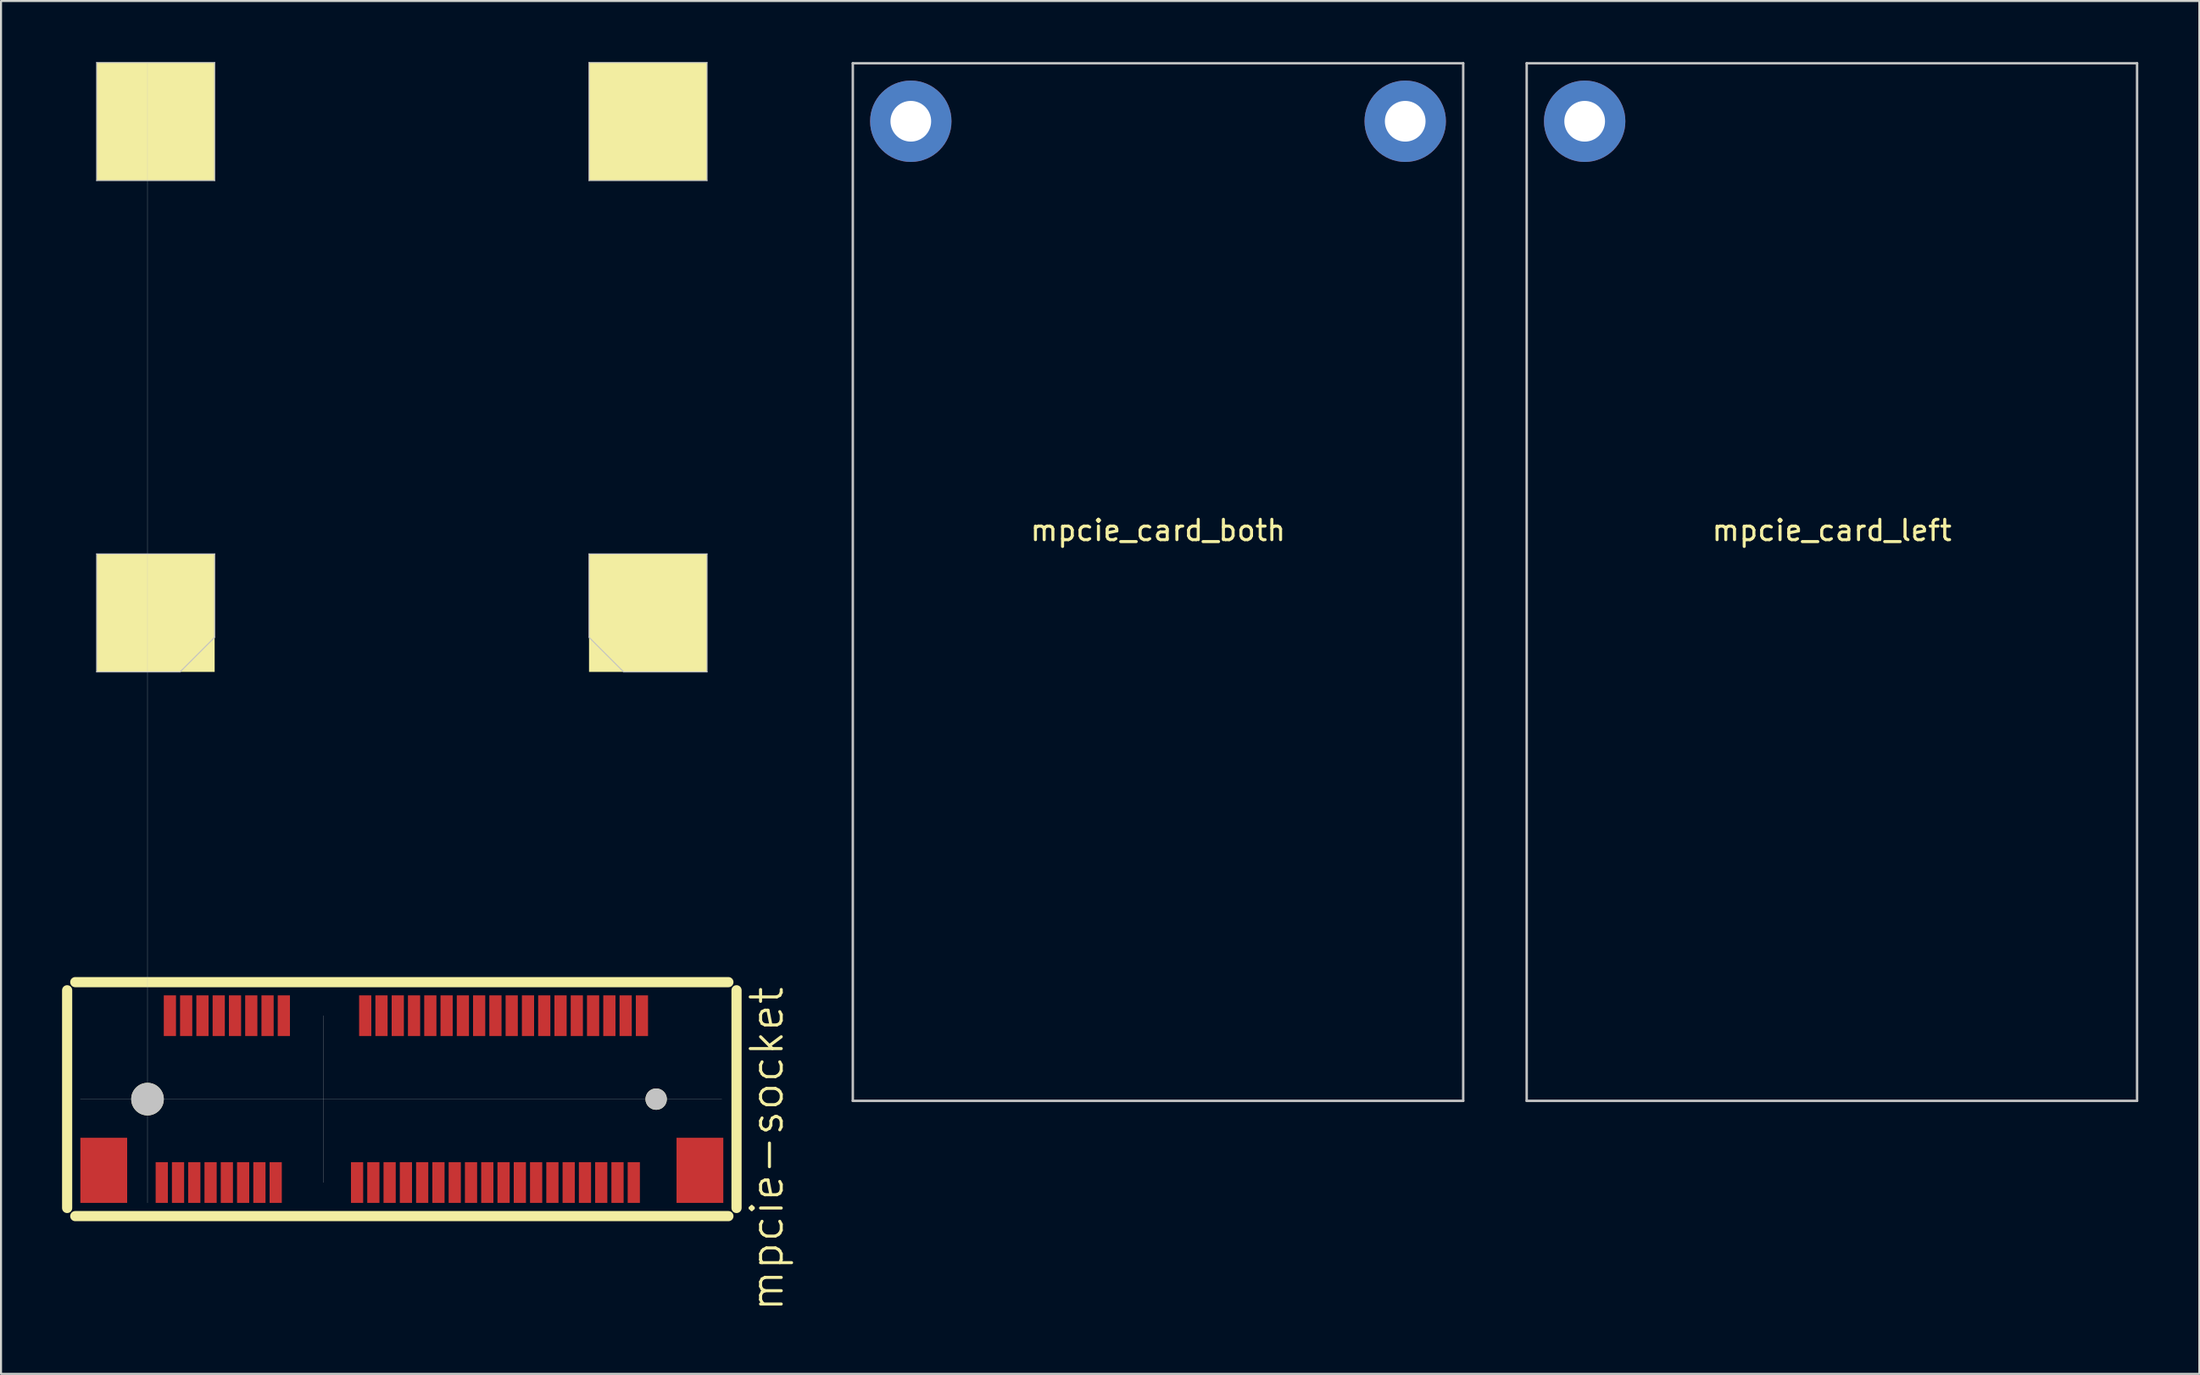
<source format=kicad_pcb>
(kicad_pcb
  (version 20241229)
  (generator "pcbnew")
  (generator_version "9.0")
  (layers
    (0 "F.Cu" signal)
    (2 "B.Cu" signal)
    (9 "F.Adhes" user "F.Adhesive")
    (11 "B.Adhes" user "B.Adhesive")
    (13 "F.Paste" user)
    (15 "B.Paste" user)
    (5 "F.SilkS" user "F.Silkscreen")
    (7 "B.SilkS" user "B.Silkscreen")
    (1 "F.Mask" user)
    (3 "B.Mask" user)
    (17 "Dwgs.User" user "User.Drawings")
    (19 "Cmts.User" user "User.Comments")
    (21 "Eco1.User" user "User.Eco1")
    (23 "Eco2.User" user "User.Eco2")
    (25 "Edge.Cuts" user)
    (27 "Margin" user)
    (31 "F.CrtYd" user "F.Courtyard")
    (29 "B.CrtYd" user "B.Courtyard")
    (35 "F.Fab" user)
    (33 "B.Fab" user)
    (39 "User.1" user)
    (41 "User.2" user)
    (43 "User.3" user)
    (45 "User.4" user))
  (footprint "mpcie-socket"
    (layer "F.Cu")
    (at 4.2 50.975)
    (property "Reference" "mpcie-socket" (at 30.45 2.45 90) (layer "F.SilkS") (effects (font (size 1.524 1.524) (thickness 0.15))))
    (attr through_hole)
    (fp_line (start -3.95 -5.35) (end -3.95 5.35) (stroke (width 0.5) (type solid)) (layer "F.SilkS"))
    (fp_line (start -3.55 5.75) (end 28.55 5.75) (stroke (width 0.5) (type solid)) (layer "F.SilkS"))
    (fp_line (start 28.55 -5.75) (end -3.55 -5.75) (stroke (width 0.5) (type solid)) (layer "F.SilkS"))
    (fp_line (start 28.95 5.35) (end 28.95 -5.35) (stroke (width 0.5) (type solid)) (layer "F.SilkS"))
    (fp_line (start -3.3 0) (end 28.225 0) (stroke (width 0.01) (type solid)) (layer "Dwgs.User"))
    (fp_line (start -2.5 -50.95) (end -2.5 -45.15) (stroke (width 0.05) (type solid)) (layer "Dwgs.User"))
    (fp_line (start -2.5 -50.95) (end 3.3 -50.95) (stroke (width 0.05) (type solid)) (layer "Dwgs.User"))
    (fp_line (start -2.5 -45.15) (end 3.3 -45.15) (stroke (width 0.05) (type solid)) (layer "Dwgs.User"))
    (fp_line (start -2.5 -26.8) (end -2.5 -21) (stroke (width 0.05) (type solid)) (layer "Dwgs.User"))
    (fp_line (start -2.5 -21) (end 1.6 -21) (stroke (width 0.05) (type solid)) (layer "Dwgs.User"))
    (fp_line (start 0 -50.95) (end 0 5.1) (stroke (width 0.01) (type solid)) (layer "Dwgs.User"))
    (fp_line (start 3.3 -50.95) (end 3.3 -45.15) (stroke (width 0.05) (type solid)) (layer "Dwgs.User"))
    (fp_line (start 3.3 -26.8) (end -2.5 -26.8) (stroke (width 0.05) (type solid)) (layer "Dwgs.User"))
    (fp_line (start 3.3 -22.7) (end 1.6 -21) (stroke (width 0.05) (type solid)) (layer "Dwgs.User"))
    (fp_line (start 3.3 -22.7) (end 3.3 -26.8) (stroke (width 0.05) (type solid)) (layer "Dwgs.User"))
    (fp_line (start 8.65 4.1) (end 8.65 -4.1) (stroke (width 0.01) (type solid)) (layer "Dwgs.User"))
    (fp_line (start 21.7 -50.95) (end 21.7 -45.15) (stroke (width 0.05) (type solid)) (layer "Dwgs.User"))
    (fp_line (start 21.7 -50.95) (end 27.5 -50.95) (stroke (width 0.05) (type solid)) (layer "Dwgs.User"))
    (fp_line (start 21.7 -45.15) (end 27.5 -45.15) (stroke (width 0.05) (type solid)) (layer "Dwgs.User"))
    (fp_line (start 21.7 -26.8) (end 27.5 -26.8) (stroke (width 0.05) (type solid)) (layer "Dwgs.User"))
    (fp_line (start 21.7 -22.7) (end 21.7 -26.8) (stroke (width 0.05) (type solid)) (layer "Dwgs.User"))
    (fp_line (start 21.7 -22.7) (end 23.4 -21) (stroke (width 0.05) (type solid)) (layer "Dwgs.User"))
    (fp_line (start 27.5 -50.95) (end 27.5 -45.15) (stroke (width 0.05) (type solid)) (layer "Dwgs.User"))
    (fp_line (start 27.5 -26.8) (end 27.5 -21) (stroke (width 0.05) (type solid)) (layer "Dwgs.User"))
    (fp_line (start 27.5 -21) (end 23.4 -21) (stroke (width 0.05) (type solid)) (layer "Dwgs.User"))
    (pad "" smd rect (at -2.15 3.5) (size 2.3 3.2) (layers "F.Cu" "F.Mask" "F.Paste"))
    (pad "" connect circle (at 0 0) (size 1.6 1.6) (layers "F.SilkS" "Dwgs.User"))
    (pad "" connect rect (at 0.4 -48.05) (size 5.8 5.8) (layers "F.SilkS"))
    (pad "" connect rect (at 0.4 -23.9) (size 5.8 5.8) (layers "F.SilkS"))
    (pad "" connect rect (at 24.6 -48.05) (size 5.8 5.8) (layers "F.SilkS"))
    (pad "" connect rect (at 24.6 -23.9) (size 5.8 5.8) (layers "F.SilkS"))
    (pad "" connect circle (at 25 0) (size 1.05 1.05) (layers "F.SilkS" "Dwgs.User"))
    (pad "" smd rect (at 27.15 3.5) (size 2.3 3.2) (layers "F.Cu" "F.Mask" "F.Paste"))
    (pad "1" smd rect (at 0.7 4.1) (size 0.6 2) (layers "F.Cu" "F.Mask" "F.Paste"))
    (pad "2" smd rect (at 1.1 -4.1) (size 0.6 2) (layers "F.Cu" "F.Mask" "F.Paste"))
    (pad "3" smd rect (at 1.5 4.1) (size 0.6 2) (layers "F.Cu" "F.Mask" "F.Paste"))
    (pad "4" smd rect (at 1.9 -4.1) (size 0.6 2) (layers "F.Cu" "F.Mask" "F.Paste"))
    (pad "5" smd rect (at 2.3 4.1) (size 0.6 2) (layers "F.Cu" "F.Mask" "F.Paste"))
    (pad "6" smd rect (at 2.7 -4.1) (size 0.6 2) (layers "F.Cu" "F.Mask" "F.Paste"))
    (pad "7" smd rect (at 3.1 4.1) (size 0.6 2) (layers "F.Cu" "F.Mask" "F.Paste"))
    (pad "8" smd rect (at 3.5 -4.1) (size 0.6 2) (layers "F.Cu" "F.Mask" "F.Paste"))
    (pad "9" smd rect (at 3.9 4.1) (size 0.6 2) (layers "F.Cu" "F.Mask" "F.Paste"))
    (pad "10" smd rect (at 4.3 -4.1) (size 0.6 2) (layers "F.Cu" "F.Mask" "F.Paste"))
    (pad "11" smd rect (at 4.7 4.1) (size 0.6 2) (layers "F.Cu" "F.Mask" "F.Paste"))
    (pad "12" smd rect (at 5.1 -4.1) (size 0.6 2) (layers "F.Cu" "F.Mask" "F.Paste"))
    (pad "13" smd rect (at 5.5 4.1) (size 0.6 2) (layers "F.Cu" "F.Mask" "F.Paste"))
    (pad "14" smd rect (at 5.9 -4.1) (size 0.6 2) (layers "F.Cu" "F.Mask" "F.Paste"))
    (pad "15" smd rect (at 6.3 4.1) (size 0.6 2) (layers "F.Cu" "F.Mask" "F.Paste"))
    (pad "16" smd rect (at 6.7 -4.1) (size 0.6 2) (layers "F.Cu" "F.Mask" "F.Paste"))
    (pad "17" smd rect (at 10.3 4.1) (size 0.6 2) (layers "F.Cu" "F.Mask" "F.Paste"))
    (pad "18" smd rect (at 10.7 -4.1) (size 0.6 2) (layers "F.Cu" "F.Mask" "F.Paste"))
    (pad "19" smd rect (at 11.1 4.1) (size 0.6 2) (layers "F.Cu" "F.Mask" "F.Paste"))
    (pad "20" smd rect (at 11.5 -4.1) (size 0.6 2) (layers "F.Cu" "F.Mask" "F.Paste"))
    (pad "21" smd rect (at 11.9 4.1) (size 0.6 2) (layers "F.Cu" "F.Mask" "F.Paste"))
    (pad "22" smd rect (at 12.3 -4.1) (size 0.6 2) (layers "F.Cu" "F.Mask" "F.Paste"))
    (pad "23" smd rect (at 12.7 4.1) (size 0.6 2) (layers "F.Cu" "F.Mask" "F.Paste"))
    (pad "24" smd rect (at 13.1 -4.1) (size 0.6 2) (layers "F.Cu" "F.Mask" "F.Paste"))
    (pad "25" smd rect (at 13.5 4.1) (size 0.6 2) (layers "F.Cu" "F.Mask" "F.Paste"))
    (pad "26" smd rect (at 13.9 -4.1) (size 0.6 2) (layers "F.Cu" "F.Mask" "F.Paste"))
    (pad "27" smd rect (at 14.3 4.1) (size 0.6 2) (layers "F.Cu" "F.Mask" "F.Paste"))
    (pad "28" smd rect (at 14.7 -4.1) (size 0.6 2) (layers "F.Cu" "F.Mask" "F.Paste"))
    (pad "29" smd rect (at 15.1 4.1) (size 0.6 2) (layers "F.Cu" "F.Mask" "F.Paste"))
    (pad "30" smd rect (at 15.5 -4.1) (size 0.6 2) (layers "F.Cu" "F.Mask" "F.Paste"))
    (pad "31" smd rect (at 15.9 4.1) (size 0.6 2) (layers "F.Cu" "F.Mask" "F.Paste"))
    (pad "32" smd rect (at 16.3 -4.1) (size 0.6 2) (layers "F.Cu" "F.Mask" "F.Paste"))
    (pad "33" smd rect (at 16.7 4.1) (size 0.6 2) (layers "F.Cu" "F.Mask" "F.Paste"))
    (pad "34" smd rect (at 17.1 -4.1) (size 0.6 2) (layers "F.Cu" "F.Mask" "F.Paste"))
    (pad "35" smd rect (at 17.5 4.1) (size 0.6 2) (layers "F.Cu" "F.Mask" "F.Paste"))
    (pad "36" smd rect (at 17.9 -4.1) (size 0.6 2) (layers "F.Cu" "F.Mask" "F.Paste"))
    (pad "37" smd rect (at 18.3 4.1) (size 0.6 2) (layers "F.Cu" "F.Mask" "F.Paste"))
    (pad "38" smd rect (at 18.7 -4.1) (size 0.6 2) (layers "F.Cu" "F.Mask" "F.Paste"))
    (pad "39" smd rect (at 19.1 4.1) (size 0.6 2) (layers "F.Cu" "F.Mask" "F.Paste"))
    (pad "40" smd rect (at 19.5 -4.1) (size 0.6 2) (layers "F.Cu" "F.Mask" "F.Paste"))
    (pad "41" smd rect (at 19.9 4.1) (size 0.6 2) (layers "F.Cu" "F.Mask" "F.Paste"))
    (pad "42" smd rect (at 20.3 -4.1) (size 0.6 2) (layers "F.Cu" "F.Mask" "F.Paste"))
    (pad "43" smd rect (at 20.7 4.1) (size 0.6 2) (layers "F.Cu" "F.Mask" "F.Paste"))
    (pad "44" smd rect (at 21.1 -4.1) (size 0.6 2) (layers "F.Cu" "F.Mask" "F.Paste"))
    (pad "45" smd rect (at 21.5 4.1) (size 0.6 2) (layers "F.Cu" "F.Mask" "F.Paste"))
    (pad "46" smd rect (at 21.9 -4.1) (size 0.6 2) (layers "F.Cu" "F.Mask" "F.Paste"))
    (pad "47" smd rect (at 22.3 4.1) (size 0.6 2) (layers "F.Cu" "F.Mask" "F.Paste"))
    (pad "48" smd rect (at 22.7 -4.1) (size 0.6 2) (layers "F.Cu" "F.Mask" "F.Paste"))
    (pad "49" smd rect (at 23.1 4.1) (size 0.6 2) (layers "F.Cu" "F.Mask" "F.Paste"))
    (pad "50" smd rect (at 23.5 -4.1) (size 0.6 2) (layers "F.Cu" "F.Mask" "F.Paste"))
    (pad "51" smd rect (at 23.9 4.1) (size 0.6 2) (layers "F.Cu" "F.Mask" "F.Paste"))
    (pad "52" smd rect (at 24.3 -4.1) (size 0.6 2) (layers "F.Cu" "F.Mask" "F.Paste")))
  (footprint "mpcie_card_both"
    (layer "F.Cu")
    (at 41.265 50.96)
    (property "Reference" "mpcie_card_both" (at 12.6 -27.94 0) (layer "F.SilkS") (effects (font (size 1 1) (thickness 0.15))))
    (attr exclude_from_pos_files exclude_from_bom)
    (fp_line (start -2.4 0.1) (end -2.4 -50.9) (stroke (width 0.12) (type solid)) (layer "Dwgs.User"))
    (fp_line (start -2.4 0.1) (end 27.6 0.1) (stroke (width 0.12) (type solid)) (layer "Dwgs.User"))
    (fp_line (start 27.6 -50.9) (end -2.4 -50.9) (stroke (width 0.12) (type solid)) (layer "Dwgs.User"))
    (fp_line (start 27.6 -50.9) (end 27.6 0.1) (stroke (width 0.12) (type solid)) (layer "Dwgs.User"))
    (pad "1" thru_hole circle (at 0.45 -48.05) (size 4 4) (drill 2) (layers "*.Cu" "*.Mask"))
    (pad "1" thru_hole circle (at 24.75 -48.05) (size 4 4) (drill 2) (layers "*.Cu" "*.Mask")))
  (footprint "mpcie_card_left"
    (layer "F.Cu")
    (at 74.385 50.96)
    (property "Reference" "mpcie_card_left" (at 12.6 -27.94 0) (layer "F.SilkS") (effects (font (size 1 1) (thickness 0.15))))
    (attr exclude_from_pos_files exclude_from_bom)
    (fp_line (start -2.4 0.1) (end -2.4 -50.9) (stroke (width 0.12) (type solid)) (layer "Dwgs.User"))
    (fp_line (start -2.4 0.1) (end 27.6 0.1) (stroke (width 0.12) (type solid)) (layer "Dwgs.User"))
    (fp_line (start 27.6 -50.9) (end -2.4 -50.9) (stroke (width 0.12) (type solid)) (layer "Dwgs.User"))
    (fp_line (start 27.6 -50.9) (end 27.6 0.1) (stroke (width 0.12) (type solid)) (layer "Dwgs.User"))
    (pad "1" thru_hole circle (at 0.45 -48.05) (size 4 4) (drill 2) (layers "*.Cu" "*.Mask")))
  (gr_rect
    (start -3 -3)
    (end 105.045 64.48)
    (stroke (width 0.1) (type default))
    (fill no)
    (layer "Edge.Cuts")))
</source>
